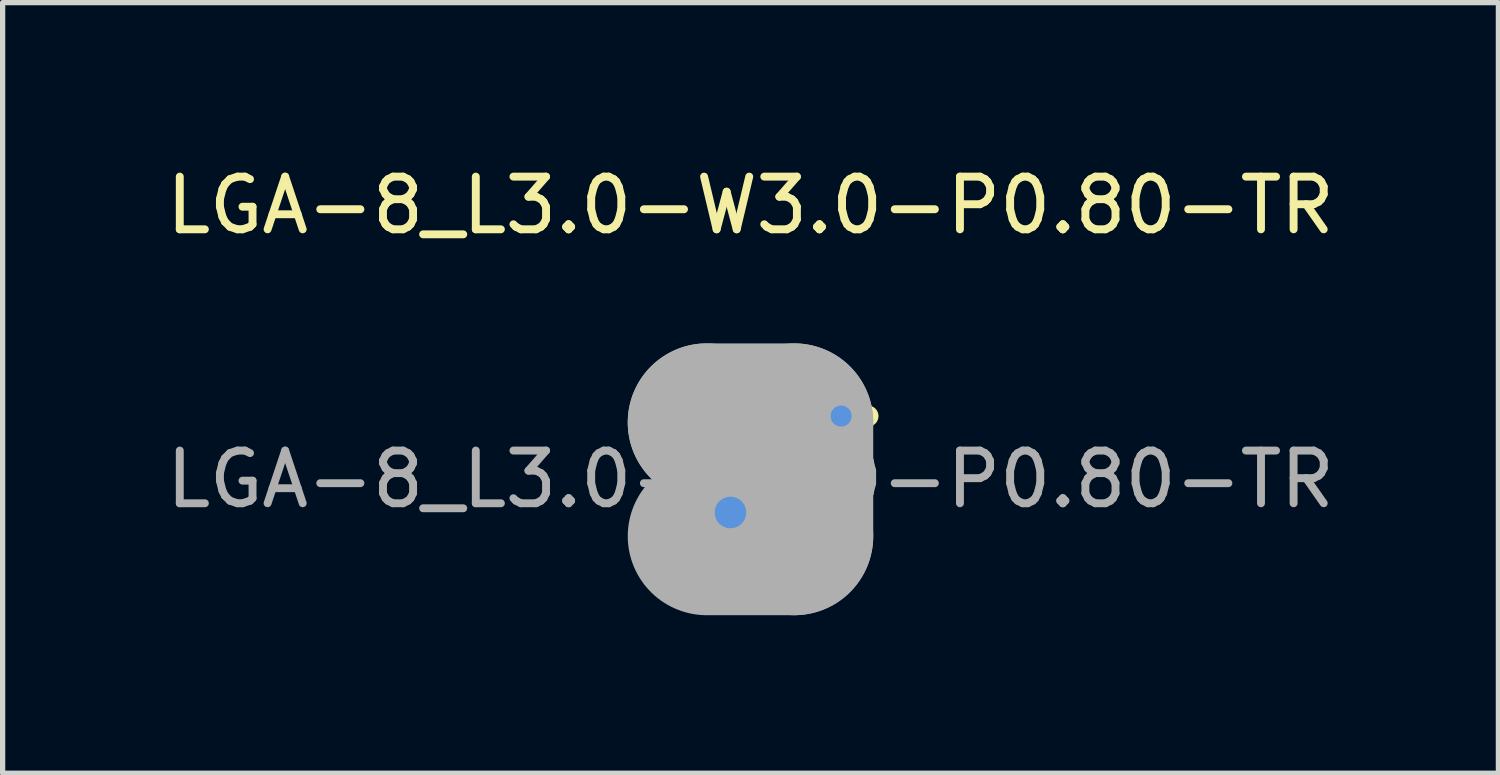
<source format=kicad_pcb>
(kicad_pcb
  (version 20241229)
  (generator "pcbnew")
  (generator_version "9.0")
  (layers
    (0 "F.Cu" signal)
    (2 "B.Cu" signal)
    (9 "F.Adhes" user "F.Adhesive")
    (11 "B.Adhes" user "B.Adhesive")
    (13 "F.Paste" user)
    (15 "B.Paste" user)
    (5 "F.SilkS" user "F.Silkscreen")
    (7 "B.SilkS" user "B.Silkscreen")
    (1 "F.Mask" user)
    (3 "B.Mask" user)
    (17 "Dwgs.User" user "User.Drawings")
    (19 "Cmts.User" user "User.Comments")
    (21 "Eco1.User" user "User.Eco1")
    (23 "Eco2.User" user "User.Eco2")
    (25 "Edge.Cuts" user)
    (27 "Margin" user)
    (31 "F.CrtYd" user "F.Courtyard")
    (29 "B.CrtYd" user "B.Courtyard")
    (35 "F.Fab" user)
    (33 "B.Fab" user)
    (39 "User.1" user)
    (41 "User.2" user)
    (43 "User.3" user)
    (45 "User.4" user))
  (footprint "LGA-8_L3.0-W3.0-P0.80-TR"
    (layer "F.Cu")
    (at 11.196 6.048)
    (property "Reference" "LGA-8_L3.0-W3.0-P0.80-TR" (at 0 -5.2 0) (layer "F.SilkS") (effects (font (size 1 1) (thickness 0.15))))
    (attr smd)
    (fp_line (start -1.57 -1.57) (end 1.58 -1.57) (stroke (width 0.15) (type solid)) (layer "F.SilkS"))
    (fp_line (start -1.57 1.58) (end 1.58 1.58) (stroke (width 0.15) (type solid)) (layer "F.SilkS"))
    (fp_circle (center -0.38 0.63) (end -0.13 0.63) (stroke (width 0.15) (type solid)) (fill no) (layer "F.SilkS"))
    (fp_circle (center 2.23 -1.2) (end 2.33 -1.2) (stroke (width 0.2) (type solid)) (fill no) (layer "F.SilkS"))
    (fp_circle (center -0.38 0.63) (end -0.23 0.63) (stroke (width 0.3) (type solid)) (fill no) (layer "Cmts.User"))
    (fp_circle (center 1.72 -1.2) (end 1.82 -1.2) (stroke (width 0.2) (type solid)) (fill no) (layer "Cmts.User"))
    (fp_line (start -0.83 -1.08) (end -0.83 -1.08) (stroke (width 3) (type solid)) (layer "F.Fab"))
    (fp_line (start -0.83 -1.08) (end 0.83 -1.08) (stroke (width 3) (type solid)) (layer "F.Fab"))
    (fp_line (start 0.83 -1.08) (end 0.83 1.08) (stroke (width 3) (type solid)) (layer "F.Fab"))
    (fp_line (start 0.83 1.08) (end -0.83 1.08) (stroke (width 3) (type solid)) (layer "F.Fab"))
    (fp_circle (center 1.5 -1.5) (end 1.53 -1.5) (stroke (width 0.06) (type solid)) (fill no) (layer "F.Fab"))
    (fp_text user "${REFERENCE}" (at 0 0 0) (layer "F.Fab") (effects (font (size 1 1) (thickness 0.15))))
    (pad "1" smd oval (at 1.4 -1.2 270) (size 0.45 0.9) (layers "F.Cu" "F.Mask" "F.Paste"))
    (pad "2" smd oval (at 1.4 -0.4 270) (size 0.45 0.9) (layers "F.Cu" "F.Mask" "F.Paste"))
    (pad "3" smd oval (at 1.4 0.4 270) (size 0.45 0.9) (layers "F.Cu" "F.Mask" "F.Paste"))
    (pad "4" smd oval (at 1.4 1.2 270) (size 0.45 0.9) (layers "F.Cu" "F.Mask" "F.Paste"))
    (pad "5" smd oval (at -1.4 1.2 270) (size 0.45 0.9) (layers "F.Cu" "F.Mask" "F.Paste"))
    (pad "6" smd oval (at -1.4 0.4 270) (size 0.45 0.9) (layers "F.Cu" "F.Mask" "F.Paste"))
    (pad "7" smd oval (at -1.4 -0.4 270) (size 0.45 0.9) (layers "F.Cu" "F.Mask" "F.Paste"))
    (pad "8" smd oval (at -1.4 -1.2 270) (size 0.45 0.9) (layers "F.Cu" "F.Mask" "F.Paste")))
  (gr_rect
    (start -3 -3)
    (end 25.393 11.628)
    (stroke (width 0.1) (type default))
    (fill no)
    (layer "Edge.Cuts")))
</source>
